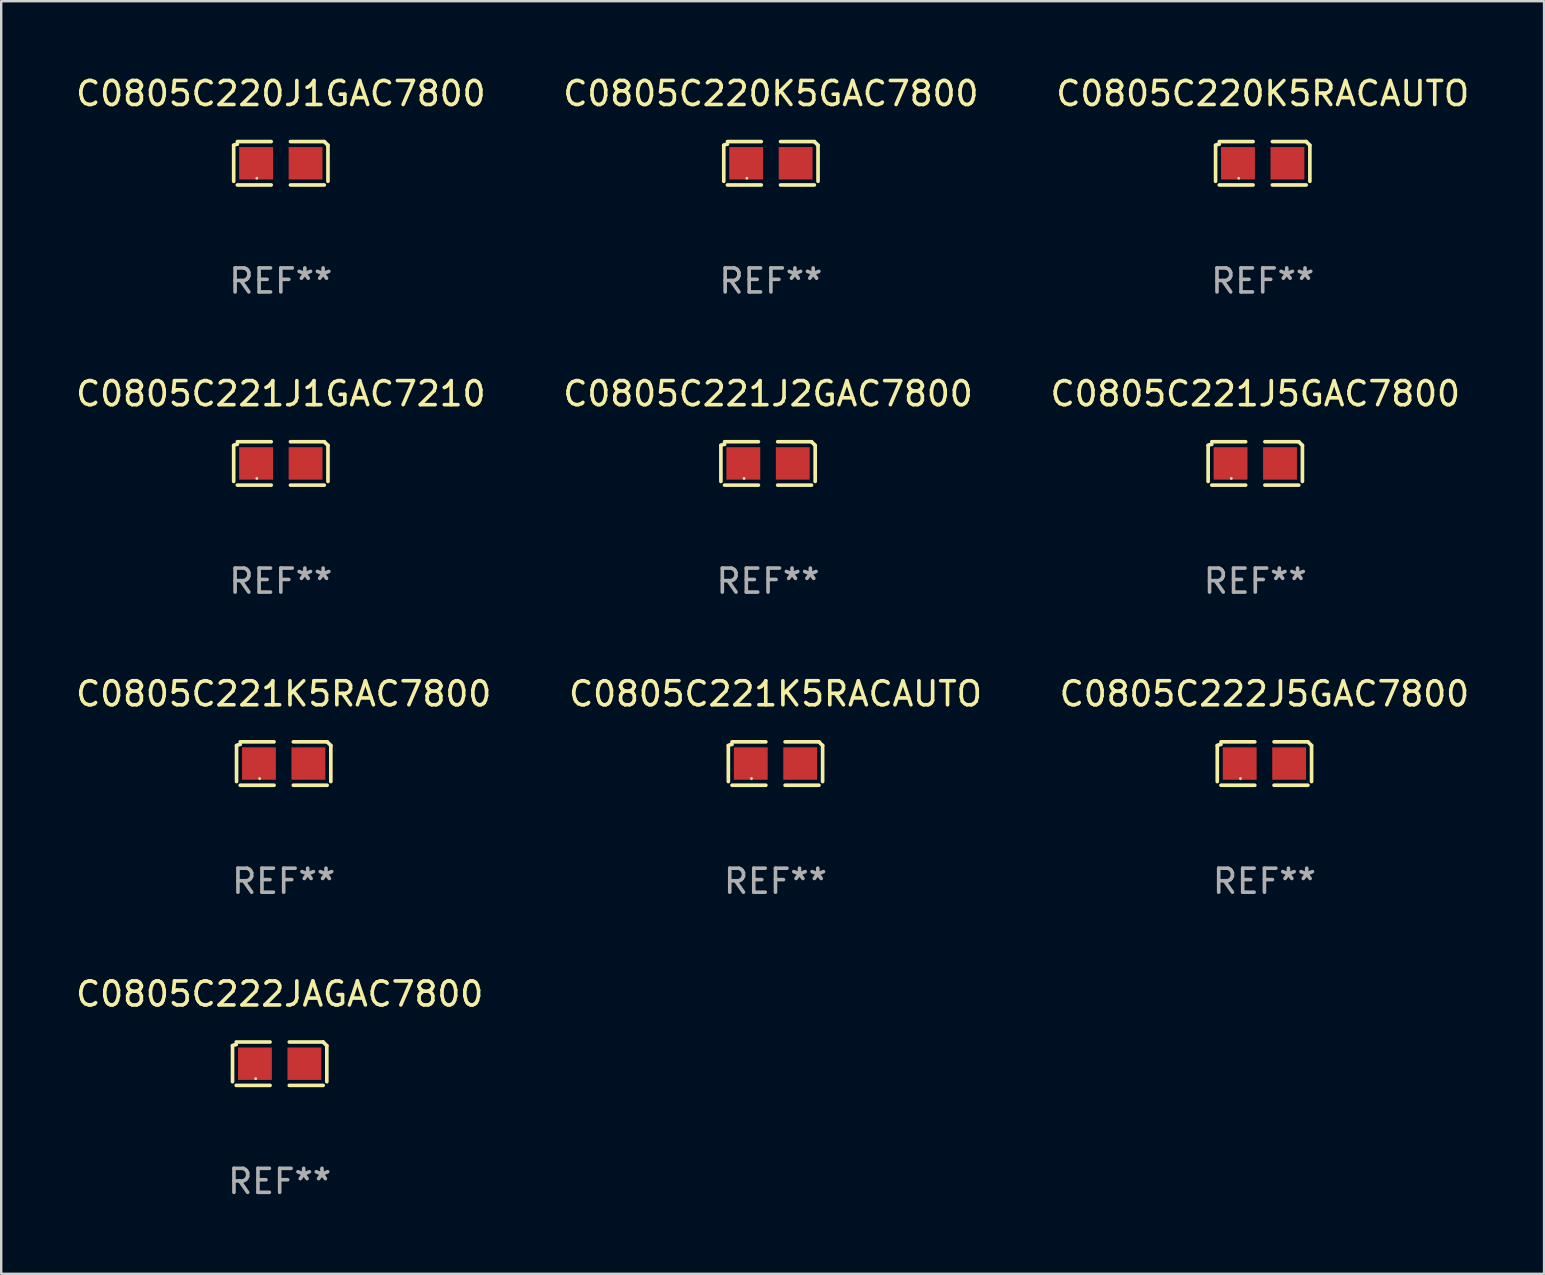
<source format=kicad_pcb>
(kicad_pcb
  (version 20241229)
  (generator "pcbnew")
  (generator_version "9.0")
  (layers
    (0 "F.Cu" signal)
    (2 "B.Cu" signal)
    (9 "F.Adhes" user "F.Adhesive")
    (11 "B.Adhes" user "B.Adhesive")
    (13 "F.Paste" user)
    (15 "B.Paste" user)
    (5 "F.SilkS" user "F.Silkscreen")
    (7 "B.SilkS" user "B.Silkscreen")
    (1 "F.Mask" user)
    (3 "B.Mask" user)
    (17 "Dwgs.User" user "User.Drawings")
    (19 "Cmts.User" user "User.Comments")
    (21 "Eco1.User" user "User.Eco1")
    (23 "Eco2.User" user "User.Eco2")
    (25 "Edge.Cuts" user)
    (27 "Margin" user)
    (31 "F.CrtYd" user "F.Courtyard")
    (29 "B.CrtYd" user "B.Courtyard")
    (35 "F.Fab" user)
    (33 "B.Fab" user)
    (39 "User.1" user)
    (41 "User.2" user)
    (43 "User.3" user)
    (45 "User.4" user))
  (footprint "C0805C221K5RACAUTO"
    (layer "F.Cu")
    (at 29.256 28.759)
    (property "Reference" "C0805C221K5RACAUTO" (at 0 -2.904 0) (layer "F.SilkS") (effects (font (size 1 1) (thickness 0.15))))
    (attr through_hole)
    (fp_line (start -1.964 0.751) (end -1.964 -0.751) (stroke (width 0.152) (type solid)) (layer "F.SilkS"))
    (fp_line (start -1.811 -0.904) (end -0.401 -0.904) (stroke (width 0.152) (type solid)) (layer "F.SilkS"))
    (fp_line (start -0.401 0.904) (end -1.811 0.904) (stroke (width 0.152) (type solid)) (layer "F.SilkS"))
    (fp_line (start 0.401 0.904) (end 1.811 0.904) (stroke (width 0.152) (type solid)) (layer "F.SilkS"))
    (fp_line (start 1.811 -0.904) (end 0.401 -0.904) (stroke (width 0.152) (type solid)) (layer "F.SilkS"))
    (fp_line (start 1.964 0.751) (end 1.964 -0.751) (stroke (width 0.152) (type solid)) (layer "F.SilkS"))
    (fp_arc (start -1.963602 -0.751207) (mid -1.890354 -0.783131) (end -1.811201 -0.794044) (stroke (width 0.1524) (type solid)) (layer "F.SilkS"))
    (fp_arc (start 1.811202 -0.903607) (mid 1.887413 -0.827418) (end 1.963602 -0.751207) (stroke (width 0.1524) (type solid)) (layer "F.SilkS"))
    (fp_circle (center -1 0.625) (end -0.97 0.625) (stroke (width 0.06) (type solid)) (fill no) (layer "F.SilkS"))
    (fp_text user "REF**" (at 0 4.904 0) (layer "F.Fab") (effects (font (size 1 1) (thickness 0.15))))
    (pad "1" smd rect (at -1.03 0) (size 1.41 1.35) (layers "F.Cu" "F.Mask" "F.Paste"))
    (pad "2" smd rect (at 1.03 0) (size 1.41 1.35) (layers "F.Cu" "F.Mask" "F.Paste")))
  (footprint "C0805C220J1GAC7800"
    (layer "F.Cu")
    (at 8.649 3.752)
    (property "Reference" "C0805C220J1GAC7800" (at 0 -2.904 0) (layer "F.SilkS") (effects (font (size 1 1) (thickness 0.15))))
    (attr through_hole)
    (fp_line (start -1.964 0.751) (end -1.964 -0.751) (stroke (width 0.152) (type solid)) (layer "F.SilkS"))
    (fp_line (start -1.811 -0.904) (end -0.401 -0.904) (stroke (width 0.152) (type solid)) (layer "F.SilkS"))
    (fp_line (start -0.401 0.904) (end -1.811 0.904) (stroke (width 0.152) (type solid)) (layer "F.SilkS"))
    (fp_line (start 0.401 0.904) (end 1.811 0.904) (stroke (width 0.152) (type solid)) (layer "F.SilkS"))
    (fp_line (start 1.811 -0.904) (end 0.401 -0.904) (stroke (width 0.152) (type solid)) (layer "F.SilkS"))
    (fp_line (start 1.964 0.751) (end 1.964 -0.751) (stroke (width 0.152) (type solid)) (layer "F.SilkS"))
    (fp_arc (start -1.963602 -0.751207) (mid -1.890354 -0.783131) (end -1.811201 -0.794044) (stroke (width 0.1524) (type solid)) (layer "F.SilkS"))
    (fp_arc (start 1.811202 -0.903607) (mid 1.887413 -0.827418) (end 1.963602 -0.751207) (stroke (width 0.1524) (type solid)) (layer "F.SilkS"))
    (fp_circle (center -1 0.625) (end -0.97 0.625) (stroke (width 0.06) (type solid)) (fill no) (layer "F.SilkS"))
    (fp_text user "REF**" (at 0 4.904 0) (layer "F.Fab") (effects (font (size 1 1) (thickness 0.15))))
    (pad "1" smd rect (at -1.03 0) (size 1.41 1.35) (layers "F.Cu" "F.Mask" "F.Paste"))
    (pad "2" smd rect (at 1.03 0) (size 1.41 1.35) (layers "F.Cu" "F.Mask" "F.Paste")))
  (footprint "C0805C221K5RAC7800"
    (layer "F.Cu")
    (at 8.768 28.759)
    (property "Reference" "C0805C221K5RAC7800" (at 0 -2.904 0) (layer "F.SilkS") (effects (font (size 1 1) (thickness 0.15))))
    (attr through_hole)
    (fp_line (start -1.964 0.751) (end -1.964 -0.751) (stroke (width 0.152) (type solid)) (layer "F.SilkS"))
    (fp_line (start -1.811 -0.904) (end -0.401 -0.904) (stroke (width 0.152) (type solid)) (layer "F.SilkS"))
    (fp_line (start -0.401 0.904) (end -1.811 0.904) (stroke (width 0.152) (type solid)) (layer "F.SilkS"))
    (fp_line (start 0.401 0.904) (end 1.811 0.904) (stroke (width 0.152) (type solid)) (layer "F.SilkS"))
    (fp_line (start 1.811 -0.904) (end 0.401 -0.904) (stroke (width 0.152) (type solid)) (layer "F.SilkS"))
    (fp_line (start 1.964 0.751) (end 1.964 -0.751) (stroke (width 0.152) (type solid)) (layer "F.SilkS"))
    (fp_arc (start -1.963602 -0.751207) (mid -1.890354 -0.783131) (end -1.811201 -0.794044) (stroke (width 0.1524) (type solid)) (layer "F.SilkS"))
    (fp_arc (start 1.811202 -0.903607) (mid 1.887413 -0.827418) (end 1.963602 -0.751207) (stroke (width 0.1524) (type solid)) (layer "F.SilkS"))
    (fp_circle (center -1 0.625) (end -0.97 0.625) (stroke (width 0.06) (type solid)) (fill no) (layer "F.SilkS"))
    (fp_text user "REF**" (at 0 4.904 0) (layer "F.Fab") (effects (font (size 1 1) (thickness 0.15))))
    (pad "1" smd rect (at -1.03 0) (size 1.41 1.35) (layers "F.Cu" "F.Mask" "F.Paste"))
    (pad "2" smd rect (at 1.03 0) (size 1.41 1.35) (layers "F.Cu" "F.Mask" "F.Paste")))
  (footprint "C0805C221J2GAC7800"
    (layer "F.Cu")
    (at 28.946 16.256)
    (property "Reference" "C0805C221J2GAC7800" (at 0 -2.904 0) (layer "F.SilkS") (effects (font (size 1 1) (thickness 0.15))))
    (attr through_hole)
    (fp_line (start -1.964 0.751) (end -1.964 -0.751) (stroke (width 0.152) (type solid)) (layer "F.SilkS"))
    (fp_line (start -1.811 -0.904) (end -0.401 -0.904) (stroke (width 0.152) (type solid)) (layer "F.SilkS"))
    (fp_line (start -0.401 0.904) (end -1.811 0.904) (stroke (width 0.152) (type solid)) (layer "F.SilkS"))
    (fp_line (start 0.401 0.904) (end 1.811 0.904) (stroke (width 0.152) (type solid)) (layer "F.SilkS"))
    (fp_line (start 1.811 -0.904) (end 0.401 -0.904) (stroke (width 0.152) (type solid)) (layer "F.SilkS"))
    (fp_line (start 1.964 0.751) (end 1.964 -0.751) (stroke (width 0.152) (type solid)) (layer "F.SilkS"))
    (fp_arc (start -1.963602 -0.751207) (mid -1.890354 -0.783131) (end -1.811201 -0.794044) (stroke (width 0.1524) (type solid)) (layer "F.SilkS"))
    (fp_arc (start 1.811202 -0.903607) (mid 1.887413 -0.827418) (end 1.963602 -0.751207) (stroke (width 0.1524) (type solid)) (layer "F.SilkS"))
    (fp_circle (center -1 0.625) (end -0.97 0.625) (stroke (width 0.06) (type solid)) (fill no) (layer "F.SilkS"))
    (fp_text user "REF**" (at 0 4.904 0) (layer "F.Fab") (effects (font (size 1 1) (thickness 0.15))))
    (pad "1" smd rect (at -1.03 0) (size 1.41 1.35) (layers "F.Cu" "F.Mask" "F.Paste"))
    (pad "2" smd rect (at 1.03 0) (size 1.41 1.35) (layers "F.Cu" "F.Mask" "F.Paste")))
  (footprint "C0805C221J1GAC7210"
    (layer "F.Cu")
    (at 8.649 16.256)
    (property "Reference" "C0805C221J1GAC7210" (at 0 -2.904 0) (layer "F.SilkS") (effects (font (size 1 1) (thickness 0.15))))
    (attr through_hole)
    (fp_line (start -1.964 0.751) (end -1.964 -0.751) (stroke (width 0.152) (type solid)) (layer "F.SilkS"))
    (fp_line (start -1.811 -0.904) (end -0.401 -0.904) (stroke (width 0.152) (type solid)) (layer "F.SilkS"))
    (fp_line (start -0.401 0.904) (end -1.811 0.904) (stroke (width 0.152) (type solid)) (layer "F.SilkS"))
    (fp_line (start 0.401 0.904) (end 1.811 0.904) (stroke (width 0.152) (type solid)) (layer "F.SilkS"))
    (fp_line (start 1.811 -0.904) (end 0.401 -0.904) (stroke (width 0.152) (type solid)) (layer "F.SilkS"))
    (fp_line (start 1.964 0.751) (end 1.964 -0.751) (stroke (width 0.152) (type solid)) (layer "F.SilkS"))
    (fp_arc (start -1.963602 -0.751207) (mid -1.890354 -0.783131) (end -1.811201 -0.794044) (stroke (width 0.1524) (type solid)) (layer "F.SilkS"))
    (fp_arc (start 1.811202 -0.903607) (mid 1.887413 -0.827418) (end 1.963602 -0.751207) (stroke (width 0.1524) (type solid)) (layer "F.SilkS"))
    (fp_circle (center -1 0.625) (end -0.97 0.625) (stroke (width 0.06) (type solid)) (fill no) (layer "F.SilkS"))
    (fp_text user "REF**" (at 0 4.904 0) (layer "F.Fab") (effects (font (size 1 1) (thickness 0.15))))
    (pad "1" smd rect (at -1.03 0) (size 1.41 1.35) (layers "F.Cu" "F.Mask" "F.Paste"))
    (pad "2" smd rect (at 1.03 0) (size 1.41 1.35) (layers "F.Cu" "F.Mask" "F.Paste")))
  (footprint "C0805C222J5GAC7800"
    (layer "F.Cu")
    (at 49.625 28.759)
    (property "Reference" "C0805C222J5GAC7800" (at 0 -2.904 0) (layer "F.SilkS") (effects (font (size 1 1) (thickness 0.15))))
    (attr through_hole)
    (fp_line (start -1.964 0.751) (end -1.964 -0.751) (stroke (width 0.152) (type solid)) (layer "F.SilkS"))
    (fp_line (start -1.811 -0.904) (end -0.401 -0.904) (stroke (width 0.152) (type solid)) (layer "F.SilkS"))
    (fp_line (start -0.401 0.904) (end -1.811 0.904) (stroke (width 0.152) (type solid)) (layer "F.SilkS"))
    (fp_line (start 0.401 0.904) (end 1.811 0.904) (stroke (width 0.152) (type solid)) (layer "F.SilkS"))
    (fp_line (start 1.811 -0.904) (end 0.401 -0.904) (stroke (width 0.152) (type solid)) (layer "F.SilkS"))
    (fp_line (start 1.964 0.751) (end 1.964 -0.751) (stroke (width 0.152) (type solid)) (layer "F.SilkS"))
    (fp_arc (start -1.963602 -0.751207) (mid -1.890354 -0.783131) (end -1.811201 -0.794044) (stroke (width 0.1524) (type solid)) (layer "F.SilkS"))
    (fp_arc (start 1.811202 -0.903607) (mid 1.887413 -0.827418) (end 1.963602 -0.751207) (stroke (width 0.1524) (type solid)) (layer "F.SilkS"))
    (fp_circle (center -1 0.625) (end -0.97 0.625) (stroke (width 0.06) (type solid)) (fill no) (layer "F.SilkS"))
    (fp_text user "REF**" (at 0 4.904 0) (layer "F.Fab") (effects (font (size 1 1) (thickness 0.15))))
    (pad "1" smd rect (at -1.03 0) (size 1.41 1.35) (layers "F.Cu" "F.Mask" "F.Paste"))
    (pad "2" smd rect (at 1.03 0) (size 1.41 1.35) (layers "F.Cu" "F.Mask" "F.Paste")))
  (footprint "C0805C220K5RACAUTO"
    (layer "F.Cu")
    (at 49.554 3.752)
    (property "Reference" "C0805C220K5RACAUTO" (at 0 -2.904 0) (layer "F.SilkS") (effects (font (size 1 1) (thickness 0.15))))
    (attr through_hole)
    (fp_line (start -1.964 0.751) (end -1.964 -0.751) (stroke (width 0.152) (type solid)) (layer "F.SilkS"))
    (fp_line (start -1.811 -0.904) (end -0.401 -0.904) (stroke (width 0.152) (type solid)) (layer "F.SilkS"))
    (fp_line (start -0.401 0.904) (end -1.811 0.904) (stroke (width 0.152) (type solid)) (layer "F.SilkS"))
    (fp_line (start 0.401 0.904) (end 1.811 0.904) (stroke (width 0.152) (type solid)) (layer "F.SilkS"))
    (fp_line (start 1.811 -0.904) (end 0.401 -0.904) (stroke (width 0.152) (type solid)) (layer "F.SilkS"))
    (fp_line (start 1.964 0.751) (end 1.964 -0.751) (stroke (width 0.152) (type solid)) (layer "F.SilkS"))
    (fp_arc (start -1.963602 -0.751207) (mid -1.890354 -0.783131) (end -1.811201 -0.794044) (stroke (width 0.1524) (type solid)) (layer "F.SilkS"))
    (fp_arc (start 1.811202 -0.903607) (mid 1.887413 -0.827418) (end 1.963602 -0.751207) (stroke (width 0.1524) (type solid)) (layer "F.SilkS"))
    (fp_circle (center -1 0.625) (end -0.97 0.625) (stroke (width 0.06) (type solid)) (fill no) (layer "F.SilkS"))
    (fp_text user "REF**" (at 0 4.904 0) (layer "F.Fab") (effects (font (size 1 1) (thickness 0.15))))
    (pad "1" smd rect (at -1.03 0) (size 1.41 1.35) (layers "F.Cu" "F.Mask" "F.Paste"))
    (pad "2" smd rect (at 1.03 0) (size 1.41 1.35) (layers "F.Cu" "F.Mask" "F.Paste")))
  (footprint "C0805C222JAGAC7800"
    (layer "F.Cu")
    (at 8.601 41.263)
    (property "Reference" "C0805C222JAGAC7800" (at 0 -2.904 0) (layer "F.SilkS") (effects (font (size 1 1) (thickness 0.15))))
    (attr through_hole)
    (fp_line (start -1.964 0.751) (end -1.964 -0.751) (stroke (width 0.152) (type solid)) (layer "F.SilkS"))
    (fp_line (start -1.811 -0.904) (end -0.401 -0.904) (stroke (width 0.152) (type solid)) (layer "F.SilkS"))
    (fp_line (start -0.401 0.904) (end -1.811 0.904) (stroke (width 0.152) (type solid)) (layer "F.SilkS"))
    (fp_line (start 0.401 0.904) (end 1.811 0.904) (stroke (width 0.152) (type solid)) (layer "F.SilkS"))
    (fp_line (start 1.811 -0.904) (end 0.401 -0.904) (stroke (width 0.152) (type solid)) (layer "F.SilkS"))
    (fp_line (start 1.964 0.751) (end 1.964 -0.751) (stroke (width 0.152) (type solid)) (layer "F.SilkS"))
    (fp_arc (start -1.963602 -0.751207) (mid -1.890354 -0.783131) (end -1.811201 -0.794044) (stroke (width 0.1524) (type solid)) (layer "F.SilkS"))
    (fp_arc (start 1.811202 -0.903607) (mid 1.887413 -0.827418) (end 1.963602 -0.751207) (stroke (width 0.1524) (type solid)) (layer "F.SilkS"))
    (fp_circle (center -1 0.625) (end -0.97 0.625) (stroke (width 0.06) (type solid)) (fill no) (layer "F.SilkS"))
    (fp_text user "REF**" (at 0 4.904 0) (layer "F.Fab") (effects (font (size 1 1) (thickness 0.15))))
    (pad "1" smd rect (at -1.03 0) (size 1.41 1.35) (layers "F.Cu" "F.Mask" "F.Paste"))
    (pad "2" smd rect (at 1.03 0) (size 1.41 1.35) (layers "F.Cu" "F.Mask" "F.Paste")))
  (footprint "C0805C220K5GAC7800"
    (layer "F.Cu")
    (at 29.065 3.752)
    (property "Reference" "C0805C220K5GAC7800" (at 0 -2.904 0) (layer "F.SilkS") (effects (font (size 1 1) (thickness 0.15))))
    (attr through_hole)
    (fp_line (start -1.964 0.751) (end -1.964 -0.751) (stroke (width 0.152) (type solid)) (layer "F.SilkS"))
    (fp_line (start -1.811 -0.904) (end -0.401 -0.904) (stroke (width 0.152) (type solid)) (layer "F.SilkS"))
    (fp_line (start -0.401 0.904) (end -1.811 0.904) (stroke (width 0.152) (type solid)) (layer "F.SilkS"))
    (fp_line (start 0.401 0.904) (end 1.811 0.904) (stroke (width 0.152) (type solid)) (layer "F.SilkS"))
    (fp_line (start 1.811 -0.904) (end 0.401 -0.904) (stroke (width 0.152) (type solid)) (layer "F.SilkS"))
    (fp_line (start 1.964 0.751) (end 1.964 -0.751) (stroke (width 0.152) (type solid)) (layer "F.SilkS"))
    (fp_arc (start -1.963602 -0.751207) (mid -1.890354 -0.783131) (end -1.811201 -0.794044) (stroke (width 0.1524) (type solid)) (layer "F.SilkS"))
    (fp_arc (start 1.811202 -0.903607) (mid 1.887413 -0.827418) (end 1.963602 -0.751207) (stroke (width 0.1524) (type solid)) (layer "F.SilkS"))
    (fp_circle (center -1 0.625) (end -0.97 0.625) (stroke (width 0.06) (type solid)) (fill no) (layer "F.SilkS"))
    (fp_text user "REF**" (at 0 4.904 0) (layer "F.Fab") (effects (font (size 1 1) (thickness 0.15))))
    (pad "1" smd rect (at -1.03 0) (size 1.41 1.35) (layers "F.Cu" "F.Mask" "F.Paste"))
    (pad "2" smd rect (at 1.03 0) (size 1.41 1.35) (layers "F.Cu" "F.Mask" "F.Paste")))
  (footprint "C0805C221J5GAC7800"
    (layer "F.Cu")
    (at 49.244 16.256)
    (property "Reference" "C0805C221J5GAC7800" (at 0 -2.904 0) (layer "F.SilkS") (effects (font (size 1 1) (thickness 0.15))))
    (attr through_hole)
    (fp_line (start -1.964 0.751) (end -1.964 -0.751) (stroke (width 0.152) (type solid)) (layer "F.SilkS"))
    (fp_line (start -1.811 -0.904) (end -0.401 -0.904) (stroke (width 0.152) (type solid)) (layer "F.SilkS"))
    (fp_line (start -0.401 0.904) (end -1.811 0.904) (stroke (width 0.152) (type solid)) (layer "F.SilkS"))
    (fp_line (start 0.401 0.904) (end 1.811 0.904) (stroke (width 0.152) (type solid)) (layer "F.SilkS"))
    (fp_line (start 1.811 -0.904) (end 0.401 -0.904) (stroke (width 0.152) (type solid)) (layer "F.SilkS"))
    (fp_line (start 1.964 0.751) (end 1.964 -0.751) (stroke (width 0.152) (type solid)) (layer "F.SilkS"))
    (fp_arc (start -1.963602 -0.751207) (mid -1.890354 -0.783131) (end -1.811201 -0.794044) (stroke (width 0.1524) (type solid)) (layer "F.SilkS"))
    (fp_arc (start 1.811202 -0.903607) (mid 1.887413 -0.827418) (end 1.963602 -0.751207) (stroke (width 0.1524) (type solid)) (layer "F.SilkS"))
    (fp_circle (center -1 0.625) (end -0.97 0.625) (stroke (width 0.06) (type solid)) (fill no) (layer "F.SilkS"))
    (fp_text user "REF**" (at 0 4.904 0) (layer "F.Fab") (effects (font (size 1 1) (thickness 0.15))))
    (pad "1" smd rect (at -1.03 0) (size 1.41 1.35) (layers "F.Cu" "F.Mask" "F.Paste"))
    (pad "2" smd rect (at 1.03 0) (size 1.41 1.35) (layers "F.Cu" "F.Mask" "F.Paste")))
  (gr_rect
    (start -3 -3)
    (end 61.274 50.015)
    (stroke (width 0.1) (type default))
    (fill no)
    (layer "Edge.Cuts")))
</source>
